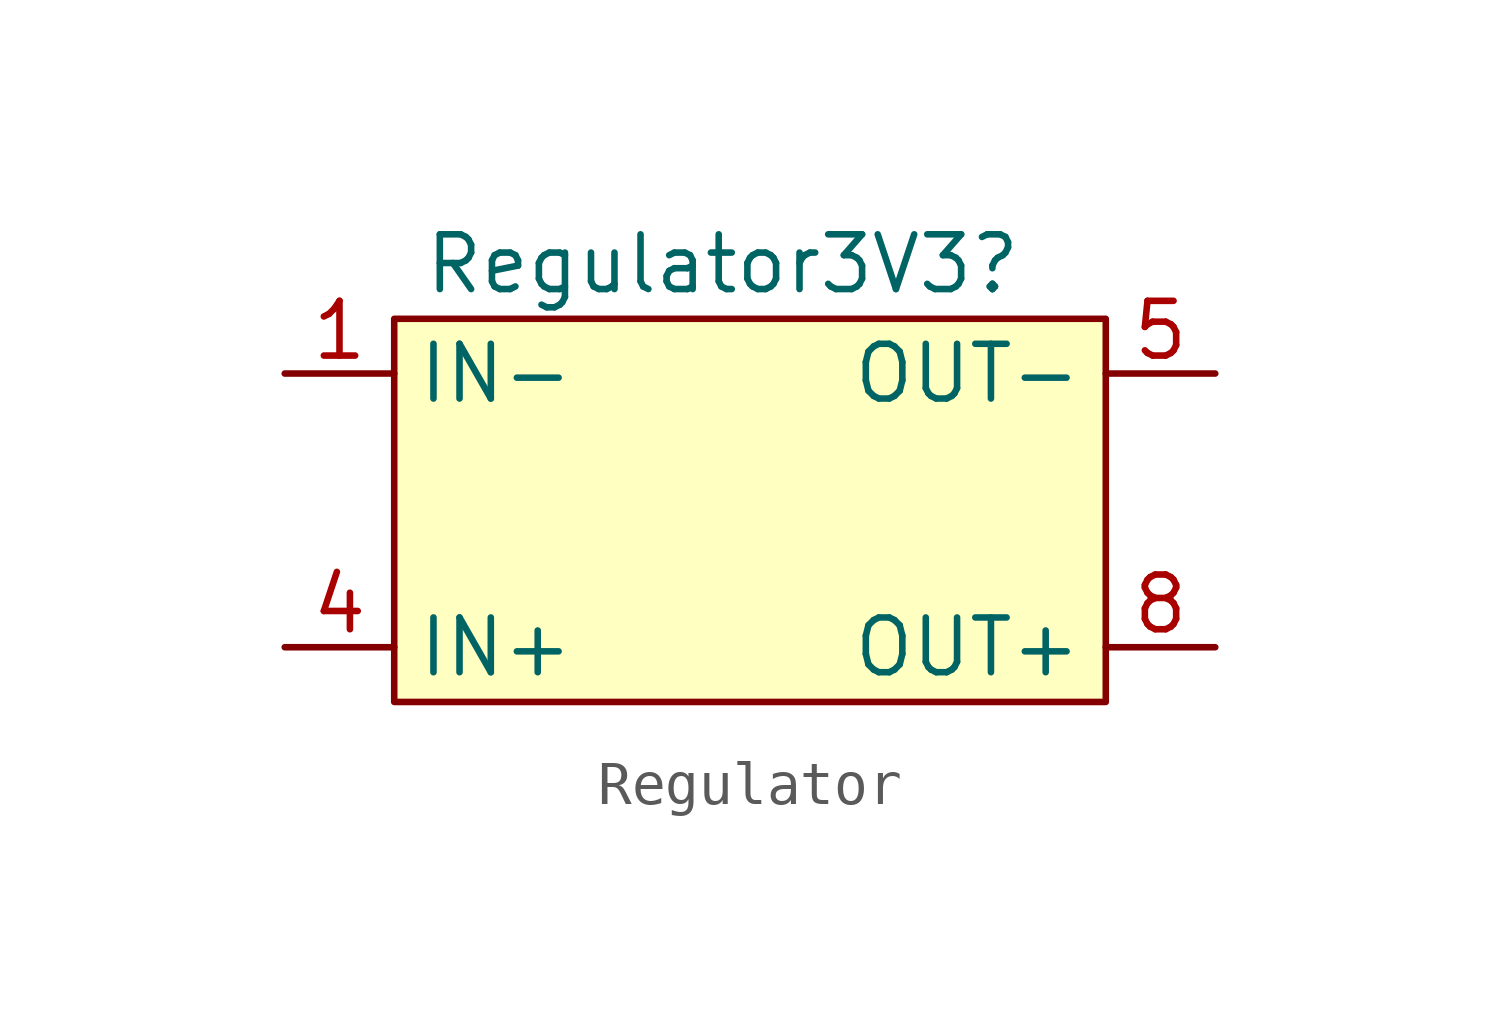
<source format=kicad_sym>
(kicad_symbol_lib
  (version 20220914)
  (generator kicad_symbol_editor)
  (symbol "Regulator"
    (property "Reference" "Regulator3V3"
      (at 0 5.08 0)
      (effects (font (size 1.27 1.27))))
    (property "Value" ""
      (at 0 0 0)
      (effects (font (size 1.27 1.27))))
    (symbol "Regulator_1_1"
      (rectangle (start -7.62 3.81) (end 8.89 -5.08) (stroke (width 0) (type default)) (fill (type background)))
      (pin input line (at -10.16 2.54 0) (length 2.54) (name "IN-" (effects (font (size 1.27 1.27)))) (number "1" (effects (font (size 1.27 1.27)))))
      (pin input line (at -10.16 -3.81 0) (length 2.54) (name "IN+" (effects (font (size 1.27 1.27)))) (number "4" (effects (font (size 1.27 1.27)))))
      (pin input line (at 11.43 2.54 180) (length 2.54) (name "OUT-" (effects (font (size 1.27 1.27)))) (number "5" (effects (font (size 1.27 1.27)))))
      (pin input line (at 11.43 -3.81 180) (length 2.54) (name "OUT+" (effects (font (size 1.27 1.27)))) (number "8" (effects (font (size 1.27 1.27))))))))
</source>
